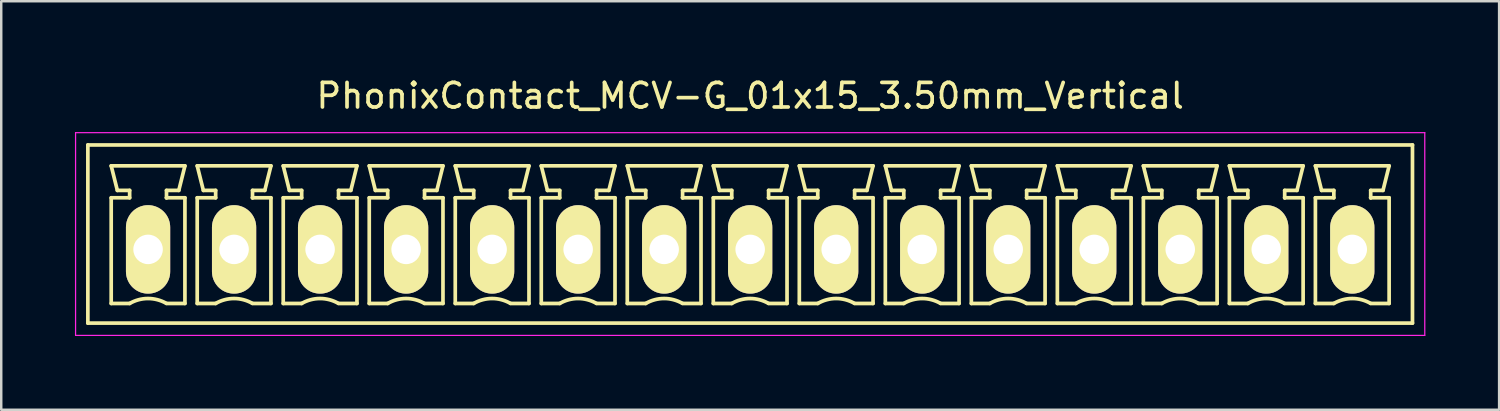
<source format=kicad_pcb>
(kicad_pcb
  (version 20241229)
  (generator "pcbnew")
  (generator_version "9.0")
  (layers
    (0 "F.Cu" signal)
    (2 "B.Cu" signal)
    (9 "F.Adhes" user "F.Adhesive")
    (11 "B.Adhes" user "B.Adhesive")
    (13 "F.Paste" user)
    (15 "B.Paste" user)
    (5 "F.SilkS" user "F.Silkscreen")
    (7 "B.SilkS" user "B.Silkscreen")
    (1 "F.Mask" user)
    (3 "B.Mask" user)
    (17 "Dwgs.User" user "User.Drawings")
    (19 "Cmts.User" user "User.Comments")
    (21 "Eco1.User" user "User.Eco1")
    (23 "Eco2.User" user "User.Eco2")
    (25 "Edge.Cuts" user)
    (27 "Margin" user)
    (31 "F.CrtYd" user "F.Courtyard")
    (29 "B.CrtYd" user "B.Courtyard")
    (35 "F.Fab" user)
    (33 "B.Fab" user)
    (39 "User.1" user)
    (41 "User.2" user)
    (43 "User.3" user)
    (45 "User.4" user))
  (footprint "PhonixContact_MCV-G_01x15_3.50mm_Vertical"
    (layer "F.Cu")
    (at 2.975 7.098)
    (property "Reference" "PhonixContact_MCV-G_01x15_3.50mm_Vertical" (at 24.5 -6.25 0) (layer "F.SilkS") (effects (font (size 1 1) (thickness 0.15))))
    (attr through_hole)
    (fp_line (start -2.45 -4.25) (end -2.45 3) (stroke (width 0.15) (type solid)) (layer "F.SilkS"))
    (fp_line (start -2.45 3) (end 51.45 3) (stroke (width 0.15) (type solid)) (layer "F.SilkS"))
    (fp_line (start -1.5 -3.4) (end 1.5 -3.4) (stroke (width 0.15) (type solid)) (layer "F.SilkS"))
    (fp_line (start -1.5 -2.1) (end -0.75 -2.1) (stroke (width 0.15) (type solid)) (layer "F.SilkS"))
    (fp_line (start -1.5 2.2) (end -1.5 -2.1) (stroke (width 0.15) (type solid)) (layer "F.SilkS"))
    (fp_line (start -1.25 -2.4) (end -1.5 -3.4) (stroke (width 0.15) (type solid)) (layer "F.SilkS"))
    (fp_line (start -0.75 -2.4) (end -1.25 -2.4) (stroke (width 0.15) (type solid)) (layer "F.SilkS"))
    (fp_line (start -0.75 -2.1) (end -0.75 -2.4) (stroke (width 0.15) (type solid)) (layer "F.SilkS"))
    (fp_line (start -0.75 2.2) (end -1.5 2.2) (stroke (width 0.15) (type solid)) (layer "F.SilkS"))
    (fp_line (start 0.75 -2.4) (end 0.75 -2.1) (stroke (width 0.15) (type solid)) (layer "F.SilkS"))
    (fp_line (start 0.75 -2.1) (end 0.75 -2.1) (stroke (width 0.15) (type solid)) (layer "F.SilkS"))
    (fp_line (start 0.75 -2.1) (end 1.5 -2.1) (stroke (width 0.15) (type solid)) (layer "F.SilkS"))
    (fp_line (start 1.25 -2.4) (end 0.75 -2.4) (stroke (width 0.15) (type solid)) (layer "F.SilkS"))
    (fp_line (start 1.5 -3.4) (end 1.25 -2.4) (stroke (width 0.15) (type solid)) (layer "F.SilkS"))
    (fp_line (start 1.5 -2.1) (end 1.5 2.2) (stroke (width 0.15) (type solid)) (layer "F.SilkS"))
    (fp_line (start 1.5 2.2) (end 0.75 2.2) (stroke (width 0.15) (type solid)) (layer "F.SilkS"))
    (fp_line (start 2 -3.4) (end 5 -3.4) (stroke (width 0.15) (type solid)) (layer "F.SilkS"))
    (fp_line (start 2 -2.1) (end 2.75 -2.1) (stroke (width 0.15) (type solid)) (layer "F.SilkS"))
    (fp_line (start 2 2.2) (end 2 -2.1) (stroke (width 0.15) (type solid)) (layer "F.SilkS"))
    (fp_line (start 2.25 -2.4) (end 2 -3.4) (stroke (width 0.15) (type solid)) (layer "F.SilkS"))
    (fp_line (start 2.75 -2.4) (end 2.25 -2.4) (stroke (width 0.15) (type solid)) (layer "F.SilkS"))
    (fp_line (start 2.75 -2.1) (end 2.75 -2.4) (stroke (width 0.15) (type solid)) (layer "F.SilkS"))
    (fp_line (start 2.75 2.2) (end 2 2.2) (stroke (width 0.15) (type solid)) (layer "F.SilkS"))
    (fp_line (start 4.25 -2.4) (end 4.25 -2.1) (stroke (width 0.15) (type solid)) (layer "F.SilkS"))
    (fp_line (start 4.25 -2.1) (end 4.25 -2.1) (stroke (width 0.15) (type solid)) (layer "F.SilkS"))
    (fp_line (start 4.25 -2.1) (end 5 -2.1) (stroke (width 0.15) (type solid)) (layer "F.SilkS"))
    (fp_line (start 4.75 -2.4) (end 4.25 -2.4) (stroke (width 0.15) (type solid)) (layer "F.SilkS"))
    (fp_line (start 5 -3.4) (end 4.75 -2.4) (stroke (width 0.15) (type solid)) (layer "F.SilkS"))
    (fp_line (start 5 -2.1) (end 5 2.2) (stroke (width 0.15) (type solid)) (layer "F.SilkS"))
    (fp_line (start 5 2.2) (end 4.25 2.2) (stroke (width 0.15) (type solid)) (layer "F.SilkS"))
    (fp_line (start 5.5 -3.4) (end 8.5 -3.4) (stroke (width 0.15) (type solid)) (layer "F.SilkS"))
    (fp_line (start 5.5 -2.1) (end 6.25 -2.1) (stroke (width 0.15) (type solid)) (layer "F.SilkS"))
    (fp_line (start 5.5 2.2) (end 5.5 -2.1) (stroke (width 0.15) (type solid)) (layer "F.SilkS"))
    (fp_line (start 5.75 -2.4) (end 5.5 -3.4) (stroke (width 0.15) (type solid)) (layer "F.SilkS"))
    (fp_line (start 6.25 -2.4) (end 5.75 -2.4) (stroke (width 0.15) (type solid)) (layer "F.SilkS"))
    (fp_line (start 6.25 -2.1) (end 6.25 -2.4) (stroke (width 0.15) (type solid)) (layer "F.SilkS"))
    (fp_line (start 6.25 2.2) (end 5.5 2.2) (stroke (width 0.15) (type solid)) (layer "F.SilkS"))
    (fp_line (start 7.75 -2.4) (end 7.75 -2.1) (stroke (width 0.15) (type solid)) (layer "F.SilkS"))
    (fp_line (start 7.75 -2.1) (end 7.75 -2.1) (stroke (width 0.15) (type solid)) (layer "F.SilkS"))
    (fp_line (start 7.75 -2.1) (end 8.5 -2.1) (stroke (width 0.15) (type solid)) (layer "F.SilkS"))
    (fp_line (start 8.25 -2.4) (end 7.75 -2.4) (stroke (width 0.15) (type solid)) (layer "F.SilkS"))
    (fp_line (start 8.5 -3.4) (end 8.25 -2.4) (stroke (width 0.15) (type solid)) (layer "F.SilkS"))
    (fp_line (start 8.5 -2.1) (end 8.5 2.2) (stroke (width 0.15) (type solid)) (layer "F.SilkS"))
    (fp_line (start 8.5 2.2) (end 7.75 2.2) (stroke (width 0.15) (type solid)) (layer "F.SilkS"))
    (fp_line (start 9 -3.4) (end 12 -3.4) (stroke (width 0.15) (type solid)) (layer "F.SilkS"))
    (fp_line (start 9 -2.1) (end 9.75 -2.1) (stroke (width 0.15) (type solid)) (layer "F.SilkS"))
    (fp_line (start 9 2.2) (end 9 -2.1) (stroke (width 0.15) (type solid)) (layer "F.SilkS"))
    (fp_line (start 9.25 -2.4) (end 9 -3.4) (stroke (width 0.15) (type solid)) (layer "F.SilkS"))
    (fp_line (start 9.75 -2.4) (end 9.25 -2.4) (stroke (width 0.15) (type solid)) (layer "F.SilkS"))
    (fp_line (start 9.75 -2.1) (end 9.75 -2.4) (stroke (width 0.15) (type solid)) (layer "F.SilkS"))
    (fp_line (start 9.75 2.2) (end 9 2.2) (stroke (width 0.15) (type solid)) (layer "F.SilkS"))
    (fp_line (start 11.25 -2.4) (end 11.25 -2.1) (stroke (width 0.15) (type solid)) (layer "F.SilkS"))
    (fp_line (start 11.25 -2.1) (end 11.25 -2.1) (stroke (width 0.15) (type solid)) (layer "F.SilkS"))
    (fp_line (start 11.25 -2.1) (end 12 -2.1) (stroke (width 0.15) (type solid)) (layer "F.SilkS"))
    (fp_line (start 11.75 -2.4) (end 11.25 -2.4) (stroke (width 0.15) (type solid)) (layer "F.SilkS"))
    (fp_line (start 12 -3.4) (end 11.75 -2.4) (stroke (width 0.15) (type solid)) (layer "F.SilkS"))
    (fp_line (start 12 -2.1) (end 12 2.2) (stroke (width 0.15) (type solid)) (layer "F.SilkS"))
    (fp_line (start 12 2.2) (end 11.25 2.2) (stroke (width 0.15) (type solid)) (layer "F.SilkS"))
    (fp_line (start 12.5 -3.4) (end 15.5 -3.4) (stroke (width 0.15) (type solid)) (layer "F.SilkS"))
    (fp_line (start 12.5 -2.1) (end 13.25 -2.1) (stroke (width 0.15) (type solid)) (layer "F.SilkS"))
    (fp_line (start 12.5 2.2) (end 12.5 -2.1) (stroke (width 0.15) (type solid)) (layer "F.SilkS"))
    (fp_line (start 12.75 -2.4) (end 12.5 -3.4) (stroke (width 0.15) (type solid)) (layer "F.SilkS"))
    (fp_line (start 13.25 -2.4) (end 12.75 -2.4) (stroke (width 0.15) (type solid)) (layer "F.SilkS"))
    (fp_line (start 13.25 -2.1) (end 13.25 -2.4) (stroke (width 0.15) (type solid)) (layer "F.SilkS"))
    (fp_line (start 13.25 2.2) (end 12.5 2.2) (stroke (width 0.15) (type solid)) (layer "F.SilkS"))
    (fp_line (start 14.75 -2.4) (end 14.75 -2.1) (stroke (width 0.15) (type solid)) (layer "F.SilkS"))
    (fp_line (start 14.75 -2.1) (end 14.75 -2.1) (stroke (width 0.15) (type solid)) (layer "F.SilkS"))
    (fp_line (start 14.75 -2.1) (end 15.5 -2.1) (stroke (width 0.15) (type solid)) (layer "F.SilkS"))
    (fp_line (start 15.25 -2.4) (end 14.75 -2.4) (stroke (width 0.15) (type solid)) (layer "F.SilkS"))
    (fp_line (start 15.5 -3.4) (end 15.25 -2.4) (stroke (width 0.15) (type solid)) (layer "F.SilkS"))
    (fp_line (start 15.5 -2.1) (end 15.5 2.2) (stroke (width 0.15) (type solid)) (layer "F.SilkS"))
    (fp_line (start 15.5 2.2) (end 14.75 2.2) (stroke (width 0.15) (type solid)) (layer "F.SilkS"))
    (fp_line (start 16 -3.4) (end 19 -3.4) (stroke (width 0.15) (type solid)) (layer "F.SilkS"))
    (fp_line (start 16 -2.1) (end 16.75 -2.1) (stroke (width 0.15) (type solid)) (layer "F.SilkS"))
    (fp_line (start 16 2.2) (end 16 -2.1) (stroke (width 0.15) (type solid)) (layer "F.SilkS"))
    (fp_line (start 16.25 -2.4) (end 16 -3.4) (stroke (width 0.15) (type solid)) (layer "F.SilkS"))
    (fp_line (start 16.75 -2.4) (end 16.25 -2.4) (stroke (width 0.15) (type solid)) (layer "F.SilkS"))
    (fp_line (start 16.75 -2.1) (end 16.75 -2.4) (stroke (width 0.15) (type solid)) (layer "F.SilkS"))
    (fp_line (start 16.75 2.2) (end 16 2.2) (stroke (width 0.15) (type solid)) (layer "F.SilkS"))
    (fp_line (start 18.25 -2.4) (end 18.25 -2.1) (stroke (width 0.15) (type solid)) (layer "F.SilkS"))
    (fp_line (start 18.25 -2.1) (end 18.25 -2.1) (stroke (width 0.15) (type solid)) (layer "F.SilkS"))
    (fp_line (start 18.25 -2.1) (end 19 -2.1) (stroke (width 0.15) (type solid)) (layer "F.SilkS"))
    (fp_line (start 18.75 -2.4) (end 18.25 -2.4) (stroke (width 0.15) (type solid)) (layer "F.SilkS"))
    (fp_line (start 19 -3.4) (end 18.75 -2.4) (stroke (width 0.15) (type solid)) (layer "F.SilkS"))
    (fp_line (start 19 -2.1) (end 19 2.2) (stroke (width 0.15) (type solid)) (layer "F.SilkS"))
    (fp_line (start 19 2.2) (end 18.25 2.2) (stroke (width 0.15) (type solid)) (layer "F.SilkS"))
    (fp_line (start 19.5 -3.4) (end 22.5 -3.4) (stroke (width 0.15) (type solid)) (layer "F.SilkS"))
    (fp_line (start 19.5 -2.1) (end 20.25 -2.1) (stroke (width 0.15) (type solid)) (layer "F.SilkS"))
    (fp_line (start 19.5 2.2) (end 19.5 -2.1) (stroke (width 0.15) (type solid)) (layer "F.SilkS"))
    (fp_line (start 19.75 -2.4) (end 19.5 -3.4) (stroke (width 0.15) (type solid)) (layer "F.SilkS"))
    (fp_line (start 20.25 -2.4) (end 19.75 -2.4) (stroke (width 0.15) (type solid)) (layer "F.SilkS"))
    (fp_line (start 20.25 -2.1) (end 20.25 -2.4) (stroke (width 0.15) (type solid)) (layer "F.SilkS"))
    (fp_line (start 20.25 2.2) (end 19.5 2.2) (stroke (width 0.15) (type solid)) (layer "F.SilkS"))
    (fp_line (start 21.75 -2.4) (end 21.75 -2.1) (stroke (width 0.15) (type solid)) (layer "F.SilkS"))
    (fp_line (start 21.75 -2.1) (end 21.75 -2.1) (stroke (width 0.15) (type solid)) (layer "F.SilkS"))
    (fp_line (start 21.75 -2.1) (end 22.5 -2.1) (stroke (width 0.15) (type solid)) (layer "F.SilkS"))
    (fp_line (start 22.25 -2.4) (end 21.75 -2.4) (stroke (width 0.15) (type solid)) (layer "F.SilkS"))
    (fp_line (start 22.5 -3.4) (end 22.25 -2.4) (stroke (width 0.15) (type solid)) (layer "F.SilkS"))
    (fp_line (start 22.5 -2.1) (end 22.5 2.2) (stroke (width 0.15) (type solid)) (layer "F.SilkS"))
    (fp_line (start 22.5 2.2) (end 21.75 2.2) (stroke (width 0.15) (type solid)) (layer "F.SilkS"))
    (fp_line (start 23 -3.4) (end 26 -3.4) (stroke (width 0.15) (type solid)) (layer "F.SilkS"))
    (fp_line (start 23 -2.1) (end 23.75 -2.1) (stroke (width 0.15) (type solid)) (layer "F.SilkS"))
    (fp_line (start 23 2.2) (end 23 -2.1) (stroke (width 0.15) (type solid)) (layer "F.SilkS"))
    (fp_line (start 23.25 -2.4) (end 23 -3.4) (stroke (width 0.15) (type solid)) (layer "F.SilkS"))
    (fp_line (start 23.75 -2.4) (end 23.25 -2.4) (stroke (width 0.15) (type solid)) (layer "F.SilkS"))
    (fp_line (start 23.75 -2.1) (end 23.75 -2.4) (stroke (width 0.15) (type solid)) (layer "F.SilkS"))
    (fp_line (start 23.75 2.2) (end 23 2.2) (stroke (width 0.15) (type solid)) (layer "F.SilkS"))
    (fp_line (start 25.25 -2.4) (end 25.25 -2.1) (stroke (width 0.15) (type solid)) (layer "F.SilkS"))
    (fp_line (start 25.25 -2.1) (end 25.25 -2.1) (stroke (width 0.15) (type solid)) (layer "F.SilkS"))
    (fp_line (start 25.25 -2.1) (end 26 -2.1) (stroke (width 0.15) (type solid)) (layer "F.SilkS"))
    (fp_line (start 25.75 -2.4) (end 25.25 -2.4) (stroke (width 0.15) (type solid)) (layer "F.SilkS"))
    (fp_line (start 26 -3.4) (end 25.75 -2.4) (stroke (width 0.15) (type solid)) (layer "F.SilkS"))
    (fp_line (start 26 -2.1) (end 26 2.2) (stroke (width 0.15) (type solid)) (layer "F.SilkS"))
    (fp_line (start 26 2.2) (end 25.25 2.2) (stroke (width 0.15) (type solid)) (layer "F.SilkS"))
    (fp_line (start 26.5 -3.4) (end 29.5 -3.4) (stroke (width 0.15) (type solid)) (layer "F.SilkS"))
    (fp_line (start 26.5 -2.1) (end 27.25 -2.1) (stroke (width 0.15) (type solid)) (layer "F.SilkS"))
    (fp_line (start 26.5 2.2) (end 26.5 -2.1) (stroke (width 0.15) (type solid)) (layer "F.SilkS"))
    (fp_line (start 26.75 -2.4) (end 26.5 -3.4) (stroke (width 0.15) (type solid)) (layer "F.SilkS"))
    (fp_line (start 27.25 -2.4) (end 26.75 -2.4) (stroke (width 0.15) (type solid)) (layer "F.SilkS"))
    (fp_line (start 27.25 -2.1) (end 27.25 -2.4) (stroke (width 0.15) (type solid)) (layer "F.SilkS"))
    (fp_line (start 27.25 2.2) (end 26.5 2.2) (stroke (width 0.15) (type solid)) (layer "F.SilkS"))
    (fp_line (start 28.75 -2.4) (end 28.75 -2.1) (stroke (width 0.15) (type solid)) (layer "F.SilkS"))
    (fp_line (start 28.75 -2.1) (end 28.75 -2.1) (stroke (width 0.15) (type solid)) (layer "F.SilkS"))
    (fp_line (start 28.75 -2.1) (end 29.5 -2.1) (stroke (width 0.15) (type solid)) (layer "F.SilkS"))
    (fp_line (start 29.25 -2.4) (end 28.75 -2.4) (stroke (width 0.15) (type solid)) (layer "F.SilkS"))
    (fp_line (start 29.5 -3.4) (end 29.25 -2.4) (stroke (width 0.15) (type solid)) (layer "F.SilkS"))
    (fp_line (start 29.5 -2.1) (end 29.5 2.2) (stroke (width 0.15) (type solid)) (layer "F.SilkS"))
    (fp_line (start 29.5 2.2) (end 28.75 2.2) (stroke (width 0.15) (type solid)) (layer "F.SilkS"))
    (fp_line (start 30 -3.4) (end 33 -3.4) (stroke (width 0.15) (type solid)) (layer "F.SilkS"))
    (fp_line (start 30 -2.1) (end 30.75 -2.1) (stroke (width 0.15) (type solid)) (layer "F.SilkS"))
    (fp_line (start 30 2.2) (end 30 -2.1) (stroke (width 0.15) (type solid)) (layer "F.SilkS"))
    (fp_line (start 30.25 -2.4) (end 30 -3.4) (stroke (width 0.15) (type solid)) (layer "F.SilkS"))
    (fp_line (start 30.75 -2.4) (end 30.25 -2.4) (stroke (width 0.15) (type solid)) (layer "F.SilkS"))
    (fp_line (start 30.75 -2.1) (end 30.75 -2.4) (stroke (width 0.15) (type solid)) (layer "F.SilkS"))
    (fp_line (start 30.75 2.2) (end 30 2.2) (stroke (width 0.15) (type solid)) (layer "F.SilkS"))
    (fp_line (start 32.25 -2.4) (end 32.25 -2.1) (stroke (width 0.15) (type solid)) (layer "F.SilkS"))
    (fp_line (start 32.25 -2.1) (end 32.25 -2.1) (stroke (width 0.15) (type solid)) (layer "F.SilkS"))
    (fp_line (start 32.25 -2.1) (end 33 -2.1) (stroke (width 0.15) (type solid)) (layer "F.SilkS"))
    (fp_line (start 32.75 -2.4) (end 32.25 -2.4) (stroke (width 0.15) (type solid)) (layer "F.SilkS"))
    (fp_line (start 33 -3.4) (end 32.75 -2.4) (stroke (width 0.15) (type solid)) (layer "F.SilkS"))
    (fp_line (start 33 -2.1) (end 33 2.2) (stroke (width 0.15) (type solid)) (layer "F.SilkS"))
    (fp_line (start 33 2.2) (end 32.25 2.2) (stroke (width 0.15) (type solid)) (layer "F.SilkS"))
    (fp_line (start 33.5 -3.4) (end 36.5 -3.4) (stroke (width 0.15) (type solid)) (layer "F.SilkS"))
    (fp_line (start 33.5 -2.1) (end 34.25 -2.1) (stroke (width 0.15) (type solid)) (layer "F.SilkS"))
    (fp_line (start 33.5 2.2) (end 33.5 -2.1) (stroke (width 0.15) (type solid)) (layer "F.SilkS"))
    (fp_line (start 33.75 -2.4) (end 33.5 -3.4) (stroke (width 0.15) (type solid)) (layer "F.SilkS"))
    (fp_line (start 34.25 -2.4) (end 33.75 -2.4) (stroke (width 0.15) (type solid)) (layer "F.SilkS"))
    (fp_line (start 34.25 -2.1) (end 34.25 -2.4) (stroke (width 0.15) (type solid)) (layer "F.SilkS"))
    (fp_line (start 34.25 2.2) (end 33.5 2.2) (stroke (width 0.15) (type solid)) (layer "F.SilkS"))
    (fp_line (start 35.75 -2.4) (end 35.75 -2.1) (stroke (width 0.15) (type solid)) (layer "F.SilkS"))
    (fp_line (start 35.75 -2.1) (end 35.75 -2.1) (stroke (width 0.15) (type solid)) (layer "F.SilkS"))
    (fp_line (start 35.75 -2.1) (end 36.5 -2.1) (stroke (width 0.15) (type solid)) (layer "F.SilkS"))
    (fp_line (start 36.25 -2.4) (end 35.75 -2.4) (stroke (width 0.15) (type solid)) (layer "F.SilkS"))
    (fp_line (start 36.5 -3.4) (end 36.25 -2.4) (stroke (width 0.15) (type solid)) (layer "F.SilkS"))
    (fp_line (start 36.5 -2.1) (end 36.5 2.2) (stroke (width 0.15) (type solid)) (layer "F.SilkS"))
    (fp_line (start 36.5 2.2) (end 35.75 2.2) (stroke (width 0.15) (type solid)) (layer "F.SilkS"))
    (fp_line (start 37 -3.4) (end 40 -3.4) (stroke (width 0.15) (type solid)) (layer "F.SilkS"))
    (fp_line (start 37 -2.1) (end 37.75 -2.1) (stroke (width 0.15) (type solid)) (layer "F.SilkS"))
    (fp_line (start 37 2.2) (end 37 -2.1) (stroke (width 0.15) (type solid)) (layer "F.SilkS"))
    (fp_line (start 37.25 -2.4) (end 37 -3.4) (stroke (width 0.15) (type solid)) (layer "F.SilkS"))
    (fp_line (start 37.75 -2.4) (end 37.25 -2.4) (stroke (width 0.15) (type solid)) (layer "F.SilkS"))
    (fp_line (start 37.75 -2.1) (end 37.75 -2.4) (stroke (width 0.15) (type solid)) (layer "F.SilkS"))
    (fp_line (start 37.75 2.2) (end 37 2.2) (stroke (width 0.15) (type solid)) (layer "F.SilkS"))
    (fp_line (start 39.25 -2.4) (end 39.25 -2.1) (stroke (width 0.15) (type solid)) (layer "F.SilkS"))
    (fp_line (start 39.25 -2.1) (end 39.25 -2.1) (stroke (width 0.15) (type solid)) (layer "F.SilkS"))
    (fp_line (start 39.25 -2.1) (end 40 -2.1) (stroke (width 0.15) (type solid)) (layer "F.SilkS"))
    (fp_line (start 39.75 -2.4) (end 39.25 -2.4) (stroke (width 0.15) (type solid)) (layer "F.SilkS"))
    (fp_line (start 40 -3.4) (end 39.75 -2.4) (stroke (width 0.15) (type solid)) (layer "F.SilkS"))
    (fp_line (start 40 -2.1) (end 40 2.2) (stroke (width 0.15) (type solid)) (layer "F.SilkS"))
    (fp_line (start 40 2.2) (end 39.25 2.2) (stroke (width 0.15) (type solid)) (layer "F.SilkS"))
    (fp_line (start 40.5 -3.4) (end 43.5 -3.4) (stroke (width 0.15) (type solid)) (layer "F.SilkS"))
    (fp_line (start 40.5 -2.1) (end 41.25 -2.1) (stroke (width 0.15) (type solid)) (layer "F.SilkS"))
    (fp_line (start 40.5 2.2) (end 40.5 -2.1) (stroke (width 0.15) (type solid)) (layer "F.SilkS"))
    (fp_line (start 40.75 -2.4) (end 40.5 -3.4) (stroke (width 0.15) (type solid)) (layer "F.SilkS"))
    (fp_line (start 41.25 -2.4) (end 40.75 -2.4) (stroke (width 0.15) (type solid)) (layer "F.SilkS"))
    (fp_line (start 41.25 -2.1) (end 41.25 -2.4) (stroke (width 0.15) (type solid)) (layer "F.SilkS"))
    (fp_line (start 41.25 2.2) (end 40.5 2.2) (stroke (width 0.15) (type solid)) (layer "F.SilkS"))
    (fp_line (start 42.75 -2.4) (end 42.75 -2.1) (stroke (width 0.15) (type solid)) (layer "F.SilkS"))
    (fp_line (start 42.75 -2.1) (end 42.75 -2.1) (stroke (width 0.15) (type solid)) (layer "F.SilkS"))
    (fp_line (start 42.75 -2.1) (end 43.5 -2.1) (stroke (width 0.15) (type solid)) (layer "F.SilkS"))
    (fp_line (start 43.25 -2.4) (end 42.75 -2.4) (stroke (width 0.15) (type solid)) (layer "F.SilkS"))
    (fp_line (start 43.5 -3.4) (end 43.25 -2.4) (stroke (width 0.15) (type solid)) (layer "F.SilkS"))
    (fp_line (start 43.5 -2.1) (end 43.5 2.2) (stroke (width 0.15) (type solid)) (layer "F.SilkS"))
    (fp_line (start 43.5 2.2) (end 42.75 2.2) (stroke (width 0.15) (type solid)) (layer "F.SilkS"))
    (fp_line (start 44 -3.4) (end 47 -3.4) (stroke (width 0.15) (type solid)) (layer "F.SilkS"))
    (fp_line (start 44 -2.1) (end 44.75 -2.1) (stroke (width 0.15) (type solid)) (layer "F.SilkS"))
    (fp_line (start 44 2.2) (end 44 -2.1) (stroke (width 0.15) (type solid)) (layer "F.SilkS"))
    (fp_line (start 44.25 -2.4) (end 44 -3.4) (stroke (width 0.15) (type solid)) (layer "F.SilkS"))
    (fp_line (start 44.75 -2.4) (end 44.25 -2.4) (stroke (width 0.15) (type solid)) (layer "F.SilkS"))
    (fp_line (start 44.75 -2.1) (end 44.75 -2.4) (stroke (width 0.15) (type solid)) (layer "F.SilkS"))
    (fp_line (start 44.75 2.2) (end 44 2.2) (stroke (width 0.15) (type solid)) (layer "F.SilkS"))
    (fp_line (start 46.25 -2.4) (end 46.25 -2.1) (stroke (width 0.15) (type solid)) (layer "F.SilkS"))
    (fp_line (start 46.25 -2.1) (end 46.25 -2.1) (stroke (width 0.15) (type solid)) (layer "F.SilkS"))
    (fp_line (start 46.25 -2.1) (end 47 -2.1) (stroke (width 0.15) (type solid)) (layer "F.SilkS"))
    (fp_line (start 46.75 -2.4) (end 46.25 -2.4) (stroke (width 0.15) (type solid)) (layer "F.SilkS"))
    (fp_line (start 47 -3.4) (end 46.75 -2.4) (stroke (width 0.15) (type solid)) (layer "F.SilkS"))
    (fp_line (start 47 -2.1) (end 47 2.2) (stroke (width 0.15) (type solid)) (layer "F.SilkS"))
    (fp_line (start 47 2.2) (end 46.25 2.2) (stroke (width 0.15) (type solid)) (layer "F.SilkS"))
    (fp_line (start 47.5 -3.4) (end 50.5 -3.4) (stroke (width 0.15) (type solid)) (layer "F.SilkS"))
    (fp_line (start 47.5 -2.1) (end 48.25 -2.1) (stroke (width 0.15) (type solid)) (layer "F.SilkS"))
    (fp_line (start 47.5 2.2) (end 47.5 -2.1) (stroke (width 0.15) (type solid)) (layer "F.SilkS"))
    (fp_line (start 47.75 -2.4) (end 47.5 -3.4) (stroke (width 0.15) (type solid)) (layer "F.SilkS"))
    (fp_line (start 48.25 -2.4) (end 47.75 -2.4) (stroke (width 0.15) (type solid)) (layer "F.SilkS"))
    (fp_line (start 48.25 -2.1) (end 48.25 -2.4) (stroke (width 0.15) (type solid)) (layer "F.SilkS"))
    (fp_line (start 48.25 2.2) (end 47.5 2.2) (stroke (width 0.15) (type solid)) (layer "F.SilkS"))
    (fp_line (start 49.75 -2.4) (end 49.75 -2.1) (stroke (width 0.15) (type solid)) (layer "F.SilkS"))
    (fp_line (start 49.75 -2.1) (end 49.75 -2.1) (stroke (width 0.15) (type solid)) (layer "F.SilkS"))
    (fp_line (start 49.75 -2.1) (end 50.5 -2.1) (stroke (width 0.15) (type solid)) (layer "F.SilkS"))
    (fp_line (start 50.25 -2.4) (end 49.75 -2.4) (stroke (width 0.15) (type solid)) (layer "F.SilkS"))
    (fp_line (start 50.5 -3.4) (end 50.25 -2.4) (stroke (width 0.15) (type solid)) (layer "F.SilkS"))
    (fp_line (start 50.5 -2.1) (end 50.5 2.2) (stroke (width 0.15) (type solid)) (layer "F.SilkS"))
    (fp_line (start 50.5 2.2) (end 49.75 2.2) (stroke (width 0.15) (type solid)) (layer "F.SilkS"))
    (fp_line (start 51.45 -4.25) (end -2.45 -4.25) (stroke (width 0.15) (type solid)) (layer "F.SilkS"))
    (fp_line (start 51.45 3) (end 51.45 -4.25) (stroke (width 0.15) (type solid)) (layer "F.SilkS"))
    (fp_arc (start -0.75 2.2) (mid -0.006068 1.999179) (end 0.739464 2.193978) (stroke (width 0.15) (type solid)) (layer "F.SilkS"))
    (fp_arc (start 2.75 2.2) (mid 3.493932 1.999179) (end 4.239464 2.193978) (stroke (width 0.15) (type solid)) (layer "F.SilkS"))
    (fp_arc (start 6.25 2.2) (mid 6.993932 1.999179) (end 7.739464 2.193978) (stroke (width 0.15) (type solid)) (layer "F.SilkS"))
    (fp_arc (start 9.75 2.2) (mid 10.493932 1.999179) (end 11.239464 2.193978) (stroke (width 0.15) (type solid)) (layer "F.SilkS"))
    (fp_arc (start 13.25 2.2) (mid 13.993932 1.999179) (end 14.739464 2.193978) (stroke (width 0.15) (type solid)) (layer "F.SilkS"))
    (fp_arc (start 16.75 2.2) (mid 17.493932 1.999179) (end 18.239464 2.193978) (stroke (width 0.15) (type solid)) (layer "F.SilkS"))
    (fp_arc (start 20.25 2.2) (mid 20.993932 1.999179) (end 21.739464 2.193978) (stroke (width 0.15) (type solid)) (layer "F.SilkS"))
    (fp_arc (start 23.75 2.2) (mid 24.493932 1.999179) (end 25.239464 2.193978) (stroke (width 0.15) (type solid)) (layer "F.SilkS"))
    (fp_arc (start 27.25 2.2) (mid 27.993932 1.999179) (end 28.739464 2.193978) (stroke (width 0.15) (type solid)) (layer "F.SilkS"))
    (fp_arc (start 30.75 2.2) (mid 31.493932 1.999179) (end 32.239464 2.193978) (stroke (width 0.15) (type solid)) (layer "F.SilkS"))
    (fp_arc (start 34.25 2.2) (mid 34.993932 1.999179) (end 35.739464 2.193978) (stroke (width 0.15) (type solid)) (layer "F.SilkS"))
    (fp_arc (start 37.75 2.2) (mid 38.493932 1.999179) (end 39.239464 2.193978) (stroke (width 0.15) (type solid)) (layer "F.SilkS"))
    (fp_arc (start 41.25 2.2) (mid 41.993932 1.999179) (end 42.739464 2.193978) (stroke (width 0.15) (type solid)) (layer "F.SilkS"))
    (fp_arc (start 44.75 2.2) (mid 45.493932 1.999179) (end 46.239464 2.193978) (stroke (width 0.15) (type solid)) (layer "F.SilkS"))
    (fp_arc (start 48.25 2.2) (mid 48.993932 1.999179) (end 49.739464 2.193978) (stroke (width 0.15) (type solid)) (layer "F.SilkS"))
    (fp_line (start -2.95 -4.75) (end -2.95 3.5) (stroke (width 0.05) (type solid)) (layer "F.CrtYd"))
    (fp_line (start -2.95 3.5) (end 51.95 3.5) (stroke (width 0.05) (type solid)) (layer "F.CrtYd"))
    (fp_line (start 51.95 -4.75) (end -2.95 -4.75) (stroke (width 0.05) (type solid)) (layer "F.CrtYd"))
    (fp_line (start 51.95 3.5) (end 51.95 -4.75) (stroke (width 0.05) (type solid)) (layer "F.CrtYd"))
    (pad "1" thru_hole oval (at 0 0) (size 1.8 3.6) (drill 1.2) (layers "*.Cu" "*.Mask" "F.SilkS"))
    (pad "2" thru_hole oval (at 3.5 0) (size 1.8 3.6) (drill 1.2) (layers "*.Cu" "*.Mask" "F.SilkS"))
    (pad "3" thru_hole oval (at 7 0) (size 1.8 3.6) (drill 1.2) (layers "*.Cu" "*.Mask" "F.SilkS"))
    (pad "4" thru_hole oval (at 10.5 0) (size 1.8 3.6) (drill 1.2) (layers "*.Cu" "*.Mask" "F.SilkS"))
    (pad "5" thru_hole oval (at 14 0) (size 1.8 3.6) (drill 1.2) (layers "*.Cu" "*.Mask" "F.SilkS"))
    (pad "6" thru_hole oval (at 17.5 0) (size 1.8 3.6) (drill 1.2) (layers "*.Cu" "*.Mask" "F.SilkS"))
    (pad "7" thru_hole oval (at 21 0) (size 1.8 3.6) (drill 1.2) (layers "*.Cu" "*.Mask" "F.SilkS"))
    (pad "8" thru_hole oval (at 24.5 0) (size 1.8 3.6) (drill 1.2) (layers "*.Cu" "*.Mask" "F.SilkS"))
    (pad "9" thru_hole oval (at 28 0) (size 1.8 3.6) (drill 1.2) (layers "*.Cu" "*.Mask" "F.SilkS"))
    (pad "10" thru_hole oval (at 31.5 0) (size 1.8 3.6) (drill 1.2) (layers "*.Cu" "*.Mask" "F.SilkS"))
    (pad "11" thru_hole oval (at 35 0) (size 1.8 3.6) (drill 1.2) (layers "*.Cu" "*.Mask" "F.SilkS"))
    (pad "12" thru_hole oval (at 38.5 0) (size 1.8 3.6) (drill 1.2) (layers "*.Cu" "*.Mask" "F.SilkS"))
    (pad "13" thru_hole oval (at 42 0) (size 1.8 3.6) (drill 1.2) (layers "*.Cu" "*.Mask" "F.SilkS"))
    (pad "14" thru_hole oval (at 45.5 0) (size 1.8 3.6) (drill 1.2) (layers "*.Cu" "*.Mask" "F.SilkS"))
    (pad "15" thru_hole oval (at 49 0) (size 1.8 3.6) (drill 1.2) (layers "*.Cu" "*.Mask" "F.SilkS")))
  (gr_rect
    (start -3 -3)
    (end 57.95 13.623)
    (stroke (width 0.1) (type default))
    (fill no)
    (layer "Edge.Cuts")))
</source>
